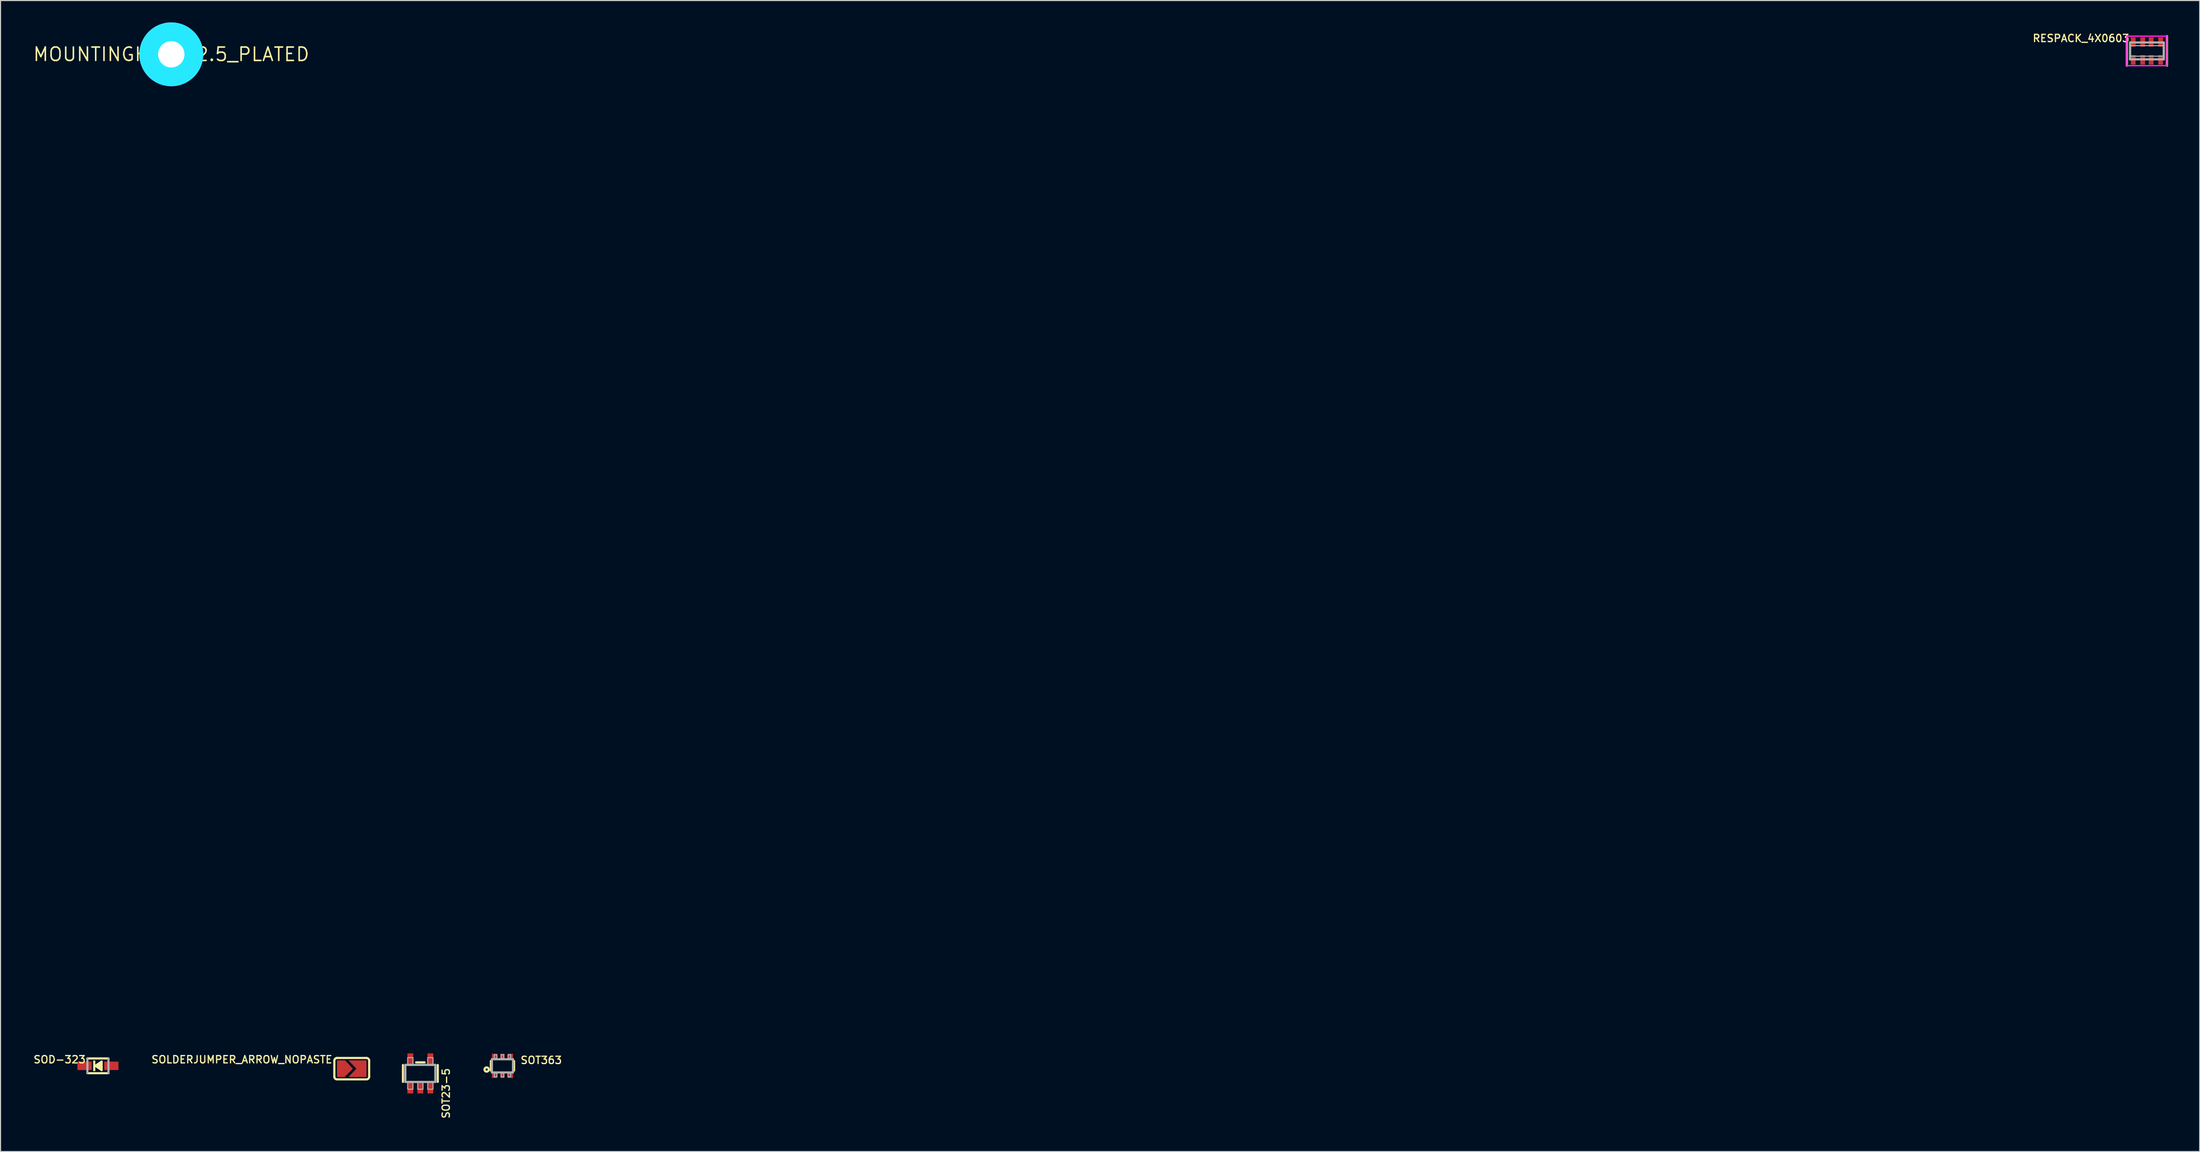
<source format=kicad_pcb>
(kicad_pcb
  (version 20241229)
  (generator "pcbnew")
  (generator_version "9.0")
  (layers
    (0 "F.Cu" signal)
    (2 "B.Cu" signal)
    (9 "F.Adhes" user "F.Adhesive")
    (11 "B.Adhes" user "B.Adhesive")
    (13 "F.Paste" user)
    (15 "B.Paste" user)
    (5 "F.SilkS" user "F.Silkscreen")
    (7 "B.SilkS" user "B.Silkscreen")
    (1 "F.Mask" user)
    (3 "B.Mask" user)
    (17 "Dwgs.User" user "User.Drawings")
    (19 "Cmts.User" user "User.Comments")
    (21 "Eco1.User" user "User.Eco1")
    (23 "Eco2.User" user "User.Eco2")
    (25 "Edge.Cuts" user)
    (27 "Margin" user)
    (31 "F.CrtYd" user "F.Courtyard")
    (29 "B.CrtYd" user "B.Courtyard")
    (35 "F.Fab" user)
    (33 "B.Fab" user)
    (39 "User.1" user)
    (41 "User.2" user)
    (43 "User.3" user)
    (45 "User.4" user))
  (footprint "SOD-323"
    (layer "F.Cu")
    (at 6.237 98.059)
    (property "Reference" "SOD-323" (at -1.1 -1 180) (layer "F.SilkS") (effects (font (size 0.693 0.693) (thickness 0.12)) (justify right top)))
    (fp_line (start -1 -0.7) (end 1 -0.7) (stroke (width 0.203) (type solid)) (layer "F.SilkS"))
    (fp_line (start -0.25 0) (end 0.35 -0.4) (stroke (width 0.203) (type solid)) (layer "F.SilkS"))
    (fp_line (start 0.35 -0.4) (end 0.35 0.4) (stroke (width 0.203) (type solid)) (layer "F.SilkS"))
    (fp_line (start 0.35 0.4) (end -0.25 0) (stroke (width 0.203) (type solid)) (layer "F.SilkS"))
    (fp_line (start 1 0.7) (end -1 0.7) (stroke (width 0.203) (type solid)) (layer "F.SilkS"))
    (fp_poly (pts (xy 0.302 0.39) (xy -0.283 0) (xy 0.302 -0.39)) (stroke (width 0) (type default)) (fill yes) (layer "F.SilkS"))
    (fp_poly (pts (xy -0.45 0.5) (xy -0.25 0.5) (xy -0.25 -0.5) (xy -0.45 -0.5)) (stroke (width 0) (type default)) (fill yes) (layer "F.SilkS"))
    (fp_line (start -1 0.7) (end -1 -0.7) (stroke (width 0.203) (type solid)) (layer "F.Fab"))
    (fp_line (start 1 -0.7) (end 1 0.7) (stroke (width 0.203) (type solid)) (layer "F.Fab"))
    (pad "A" smd rect (at 1.27 0) (size 1.35 0.8) (layers "F.Cu" "F.Mask" "F.Paste"))
    (pad "C" smd rect (at -1.27 0) (size 1.35 0.8) (layers "F.Cu" "F.Mask" "F.Paste")))
  (footprint "RESPACK_4X0603"
    (layer "F.Cu")
    (at 200.528 1.779)
    (property "Reference" "RESPACK_4X0603" (at -1.6 -1.6 180) (layer "F.SilkS") (effects (font (size 0.693 0.693) (thickness 0.12)) (justify right top)))
    (fp_line (start -1.9 1.4) (end -1.9 -1.4) (stroke (width 0.203) (type solid)) (layer "F.SilkS"))
    (fp_line (start 1.9 -1.4) (end 1.9 1.4) (stroke (width 0.203) (type solid)) (layer "F.SilkS"))
    (fp_line (start -1.9 -1.4) (end 1.9 -1.4) (stroke (width 0.127) (type solid)) (layer "F.CrtYd"))
    (fp_line (start -1.9 1.4) (end -1.9 -1.4) (stroke (width 0.127) (type solid)) (layer "F.CrtYd"))
    (fp_line (start -1.9 1.4) (end 1.9 1.4) (stroke (width 0.127) (type solid)) (layer "F.CrtYd"))
    (fp_line (start 1.9 -1.4) (end 1.9 1.4) (stroke (width 0.127) (type solid)) (layer "F.CrtYd"))
    (fp_line (start -1.6 -0.8) (end 1.6 -0.8) (stroke (width 0.203) (type solid)) (layer "F.Fab"))
    (fp_line (start -1.6 0.8) (end -1.6 -0.8) (stroke (width 0.203) (type solid)) (layer "F.Fab"))
    (fp_line (start 1.6 -0.8) (end 1.6 0.8) (stroke (width 0.203) (type solid)) (layer "F.Fab"))
    (fp_line (start 1.6 0.8) (end -1.6 0.8) (stroke (width 0.203) (type solid)) (layer "F.Fab"))
    (fp_poly (pts (xy -1.55 0.5) (xy 1.55 0.5) (xy 1.55 -0.5) (xy -1.55 -0.5)) (stroke (width 0.1) (type default)) (fill no) (layer "F.Fab"))
    (pad "1" smd rect (at -1.3 0.85) (size 0.45 0.9) (layers "F.Cu" "F.Mask" "F.Paste"))
    (pad "2" smd rect (at -0.4 0.85) (size 0.45 0.9) (layers "F.Cu" "F.Mask" "F.Paste"))
    (pad "3" smd rect (at 0.4 0.85) (size 0.45 0.9) (layers "F.Cu" "F.Mask" "F.Paste"))
    (pad "4" smd rect (at 1.3 0.85) (size 0.45 0.9) (layers "F.Cu" "F.Mask" "F.Paste"))
    (pad "5" smd rect (at 1.3 -0.85) (size 0.45 0.9) (layers "F.Cu" "F.Mask" "F.Paste"))
    (pad "6" smd rect (at 0.4 -0.85) (size 0.45 0.9) (layers "F.Cu" "F.Mask" "F.Paste"))
    (pad "7" smd rect (at -0.4 -0.85) (size 0.45 0.9) (layers "F.Cu" "F.Mask" "F.Paste"))
    (pad "8" smd rect (at -1.3 -0.85) (size 0.45 0.9) (layers "F.Cu" "F.Mask" "F.Paste")))
  (footprint "SOT23-5"
    (layer "F.Cu")
    (at 36.809 98.78)
    (property "Reference" "SOT23-5" (at 2.032 -0.562 90) (layer "F.SilkS") (effects (font (size 0.693 0.693) (thickness 0.12)) (justify right top)))
    (fp_line (start -1.65 -0.8) (end -1.65 0.8) (stroke (width 0.203) (type solid)) (layer "F.SilkS"))
    (fp_line (start -0.4 -1.05) (end 0.4 -1.05) (stroke (width 0.203) (type solid)) (layer "F.SilkS"))
    (fp_line (start 1.65 -0.8) (end 1.65 0.8) (stroke (width 0.203) (type solid)) (layer "F.SilkS"))
    (fp_line (start -1.422 -0.81) (end 1.422 -0.81) (stroke (width 0.203) (type solid)) (layer "F.Fab"))
    (fp_line (start -1.422 0.81) (end -1.422 -0.81) (stroke (width 0.203) (type solid)) (layer "F.Fab"))
    (fp_line (start 1.422 -0.81) (end 1.422 0.81) (stroke (width 0.203) (type solid)) (layer "F.Fab"))
    (fp_line (start 1.422 0.81) (end -1.422 0.81) (stroke (width 0.203) (type solid)) (layer "F.Fab"))
    (fp_poly (pts (xy -1.2 -0.85) (xy -0.7 -0.85) (xy -0.7 -1.5) (xy -1.2 -1.5)) (stroke (width 0.1) (type default)) (fill no) (layer "F.Fab"))
    (fp_poly (pts (xy -1.2 1.5) (xy -0.7 1.5) (xy -0.7 0.85) (xy -1.2 0.85)) (stroke (width 0.1) (type default)) (fill no) (layer "F.Fab"))
    (fp_poly (pts (xy -0.25 1.5) (xy 0.25 1.5) (xy 0.25 0.85) (xy -0.25 0.85)) (stroke (width 0.1) (type default)) (fill no) (layer "F.Fab"))
    (fp_poly (pts (xy 0.7 -0.85) (xy 1.2 -0.85) (xy 1.2 -1.5) (xy 0.7 -1.5)) (stroke (width 0.1) (type default)) (fill no) (layer "F.Fab"))
    (fp_poly (pts (xy 0.7 1.5) (xy 1.2 1.5) (xy 1.2 0.85) (xy 0.7 0.85)) (stroke (width 0.1) (type default)) (fill no) (layer "F.Fab"))
    (pad "1" smd rect (at -0.95 1.3) (size 0.55 1.2) (layers "F.Cu" "F.Mask" "F.Paste"))
    (pad "2" smd rect (at 0 1.3) (size 0.55 1.2) (layers "F.Cu" "F.Mask" "F.Paste"))
    (pad "3" smd rect (at 0.95 1.3) (size 0.55 1.2) (layers "F.Cu" "F.Mask" "F.Paste"))
    (pad "4" smd rect (at 0.95 -1.3) (size 0.55 1.2) (layers "F.Cu" "F.Mask" "F.Paste"))
    (pad "5" smd rect (at -0.95 -1.3) (size 0.55 1.2) (layers "F.Cu" "F.Mask" "F.Paste")))
  (footprint "MOUNTINGHOLE_2.5_PLATED"
    (layer "F.Cu")
    (at 13.191 2.102)
    (property "Reference" "MOUNTINGHOLE_2.5_PLATED" (at 0 0 0) (layer "F.SilkS") (effects (font (size 1.27 1.27) (thickness 0.15))))
    (fp_circle (center 0 0) (end 2 0) (stroke (width 0.203) (type solid)) (fill no) (layer "F.SilkS"))
    (fp_circle (center 0 0) (end 1 0) (stroke (width 2.032) (type solid)) (fill no) (layer "B.CrtYd"))
    (fp_circle (center 0 0) (end 1 0) (stroke (width 2.032) (type solid)) (fill no) (layer "F.CrtYd"))
    (pad "P$1" thru_hole circle (at 0 0) (size 3.2 3.2) (drill 2.5) (layers "*.Cu" "*.Mask"))
    (zone (net_name "") (layer "F.Cu") (hatch edge 0.5) (connect_pads) (min_thickness 0.25) (filled_areas_thickness no) (keepout (tracks not_allowed) (vias not_allowed) (pads not_allowed) (copperpour not_allowed) (footprints allowed)) (placement (enabled no)) (fill) (polygon (pts (xy 186.568 91.865) (xy 186.549 91.585) (xy 186.49 91.31) (xy 186.394 91.045) (xy 186.262 90.797) (xy 186.097 90.569) (xy 185.901 90.367) (xy 185.68 90.194) (xy 185.436 90.053) (xy 185.175 89.948) (xy 184.902 89.88) (xy 184.623 89.85) (xy 184.341 89.86) (xy 184.064 89.909) (xy 183.797 89.996) (xy 183.544 90.119) (xy 183.311 90.277) (xy 183.102 90.465) (xy 182.921 90.68) (xy 182.772 90.919) (xy 182.658 91.176) (xy 182.58 91.446) (xy 182.541 91.725) (xy 182.541 92.006) (xy 182.58 92.284) (xy 182.658 92.555) (xy 182.772 92.812) (xy 182.921 93.05) (xy 183.102 93.266) (xy 183.311 93.454) (xy 183.544 93.611) (xy 183.797 93.734) (xy 184.064 93.821) (xy 184.341 93.87) (xy 184.623 93.88) (xy 184.902 93.851) (xy 185.175 93.783) (xy 185.436 93.677) (xy 185.68 93.537) (xy 185.901 93.363) (xy 186.097 93.161) (xy 186.262 92.934) (xy 186.394 92.685) (xy 186.49 92.421) (xy 186.549 92.146))) (polygon (pts (xy 184.536 91.865) (xy 184.541 91.877) (xy 184.552 91.881) (xy 184.564 91.877) (xy 184.568 91.865) (xy 184.564 91.854) (xy 184.552 91.849) (xy 184.541 91.854))))
    (zone (net_name "") (layer "B.Cu") (hatch edge 0.5) (connect_pads) (min_thickness 0.25) (filled_areas_thickness no) (keepout (tracks not_allowed) (vias not_allowed) (pads not_allowed) (copperpour not_allowed) (footprints allowed)) (placement (enabled no)) (fill) (polygon (pts (xy 186.568 91.865) (xy 186.549 91.585) (xy 186.49 91.31) (xy 186.394 91.045) (xy 186.262 90.797) (xy 186.097 90.569) (xy 185.901 90.367) (xy 185.68 90.194) (xy 185.436 90.053) (xy 185.175 89.948) (xy 184.902 89.88) (xy 184.623 89.85) (xy 184.341 89.86) (xy 184.064 89.909) (xy 183.797 89.996) (xy 183.544 90.119) (xy 183.311 90.277) (xy 183.102 90.465) (xy 182.921 90.68) (xy 182.772 90.919) (xy 182.658 91.176) (xy 182.58 91.446) (xy 182.541 91.725) (xy 182.541 92.006) (xy 182.58 92.284) (xy 182.658 92.555) (xy 182.772 92.812) (xy 182.921 93.05) (xy 183.102 93.266) (xy 183.311 93.454) (xy 183.544 93.611) (xy 183.797 93.734) (xy 184.064 93.821) (xy 184.341 93.87) (xy 184.623 93.88) (xy 184.902 93.851) (xy 185.175 93.783) (xy 185.436 93.677) (xy 185.68 93.537) (xy 185.901 93.363) (xy 186.097 93.161) (xy 186.262 92.934) (xy 186.394 92.685) (xy 186.49 92.421) (xy 186.549 92.146))) (polygon (pts (xy 184.536 91.865) (xy 184.541 91.877) (xy 184.552 91.881) (xy 184.564 91.877) (xy 184.568 91.865) (xy 184.564 91.854) (xy 184.552 91.849) (xy 184.541 91.854)))))
  (footprint "SOLDERJUMPER_ARROW_NOPASTE"
    (layer "F.Cu")
    (at 30.304 98.329)
    (property "Reference" "SOLDERJUMPER_ARROW_NOPASTE" (at -1.778 -1.27 0) (layer "F.SilkS") (effects (font (size 0.693 0.693) (thickness 0.12)) (justify right top)))
    (fp_poly (pts (xy 0.106 0.003) (xy -0.679 0.788) (xy -1.395 0.788) (xy -1.395 -0.788) (xy -0.627 -0.788)) (stroke (width 0) (type default)) (fill yes) (layer "F.Cu"))
    (fp_poly (pts (xy 1.395 0.788) (xy -0.316 0.788) (xy 0.443 0) (xy -0.316 -0.788) (xy 1.395 -0.788)) (stroke (width 0) (type default)) (fill yes) (layer "F.Cu"))
    (fp_poly (pts (xy -1.46 0.826) (xy 1.46 0.826) (xy 1.46 -0.826) (xy -1.46 -0.826)) (stroke (width 0) (type default)) (fill yes) (layer "F.Mask"))
    (fp_line (start -1.651 0.762) (end -1.651 -0.762) (stroke (width 0.203) (type solid)) (layer "F.SilkS"))
    (fp_line (start -1.397 -1.016) (end 1.397 -1.016) (stroke (width 0.203) (type solid)) (layer "F.SilkS"))
    (fp_line (start 1.397 1.016) (end -1.397 1.016) (stroke (width 0.203) (type solid)) (layer "F.SilkS"))
    (fp_line (start 1.651 0.762) (end 1.651 -0.762) (stroke (width 0.203) (type solid)) (layer "F.SilkS"))
    (fp_arc (start -1.651 -0.762) (mid -1.576605 -0.941605) (end -1.397 -1.016) (stroke (width 0.2032) (type solid)) (layer "F.SilkS"))
    (fp_arc (start -1.397 1.016) (mid -1.576605 0.941605) (end -1.651 0.762) (stroke (width 0.2032) (type solid)) (layer "F.SilkS"))
    (fp_arc (start 1.397 -1.016) (mid 1.576605 -0.941605) (end 1.651 -0.762) (stroke (width 0.2032) (type solid)) (layer "F.SilkS"))
    (fp_arc (start 1.651 0.762) (mid 1.576605 0.941605) (end 1.397 1.016) (stroke (width 0.2032) (type solid)) (layer "F.SilkS"))
    (pad "1" smd roundrect (at -1.016 0 180) (size 0.762 1.524) (layers "F.Cu") (roundrect_rratio 0.25))
    (pad "2" smd roundrect (at 1.016 0 180) (size 0.762 1.524) (layers "F.Cu") (roundrect_rratio 0.25)))
  (footprint "SOT363"
    (layer "F.Cu")
    (at 44.595 98.06)
    (property "Reference" "SOT363" (at 1.651 -0.127 0) (layer "F.SilkS") (effects (font (size 0.693 0.693) (thickness 0.12)) (justify left bottom)))
    (fp_line (start -1.1 -0.45) (end -1.1 0.45) (stroke (width 0.203) (type solid)) (layer "F.SilkS"))
    (fp_line (start 1.1 -0.45) (end 1.1 0.45) (stroke (width 0.203) (type solid)) (layer "F.SilkS"))
    (fp_circle (center -1.5 0.35) (end -1.4 0.35) (stroke (width 0.203) (type solid)) (fill no) (layer "F.SilkS"))
    (fp_line (start -1 -0.625) (end 1 -0.625) (stroke (width 0.203) (type solid)) (layer "F.Fab"))
    (fp_line (start -1 0.625) (end -1 -0.625) (stroke (width 0.203) (type solid)) (layer "F.Fab"))
    (fp_line (start 1 -0.625) (end 1 0.625) (stroke (width 0.203) (type solid)) (layer "F.Fab"))
    (fp_line (start 1 0.625) (end -1 0.625) (stroke (width 0.203) (type solid)) (layer "F.Fab"))
    (fp_poly (pts (xy -0.775 -0.7) (xy -0.525 -0.7) (xy -0.525 -1.05) (xy -0.775 -1.05)) (stroke (width 0.1) (type default)) (fill no) (layer "F.Fab"))
    (fp_poly (pts (xy -0.775 1.05) (xy -0.525 1.05) (xy -0.525 0.7) (xy -0.775 0.7)) (stroke (width 0.1) (type default)) (fill no) (layer "F.Fab"))
    (fp_poly (pts (xy -0.125 -0.7) (xy 0.125 -0.7) (xy 0.125 -1.05) (xy -0.125 -1.05)) (stroke (width 0.1) (type default)) (fill no) (layer "F.Fab"))
    (fp_poly (pts (xy -0.125 1.05) (xy 0.125 1.05) (xy 0.125 0.7) (xy -0.125 0.7)) (stroke (width 0.1) (type default)) (fill no) (layer "F.Fab"))
    (fp_poly (pts (xy 0.525 -0.7) (xy 0.775 -0.7) (xy 0.775 -1.05) (xy 0.525 -1.05)) (stroke (width 0.1) (type default)) (fill no) (layer "F.Fab"))
    (fp_poly (pts (xy 0.525 1.05) (xy 0.775 1.05) (xy 0.775 0.7) (xy 0.525 0.7)) (stroke (width 0.1) (type default)) (fill no) (layer "F.Fab"))
    (pad "1" smd rect (at -0.75 0.9) (size 0.5 0.5) (layers "F.Cu" "F.Mask" "F.Paste"))
    (pad "2" smd rect (at 0 0.9) (size 0.4 0.5) (layers "F.Cu" "F.Mask" "F.Paste"))
    (pad "3" smd rect (at 0.75 0.9) (size 0.5 0.5) (layers "F.Cu" "F.Mask" "F.Paste"))
    (pad "4" smd rect (at 0.75 -0.9) (size 0.5 0.5) (layers "F.Cu" "F.Mask" "F.Paste"))
    (pad "5" smd rect (at 0 -0.9) (size 0.4 0.5) (layers "F.Cu" "F.Mask" "F.Paste"))
    (pad "6" smd rect (at -0.75 -0.9) (size 0.5 0.5) (layers "F.Cu" "F.Mask" "F.Paste")))
  (gr_rect
    (start -3 -3)
    (end 205.53 106.19)
    (stroke (width 0.1) (type default))
    (fill no)
    (layer "Edge.Cuts")))
</source>
